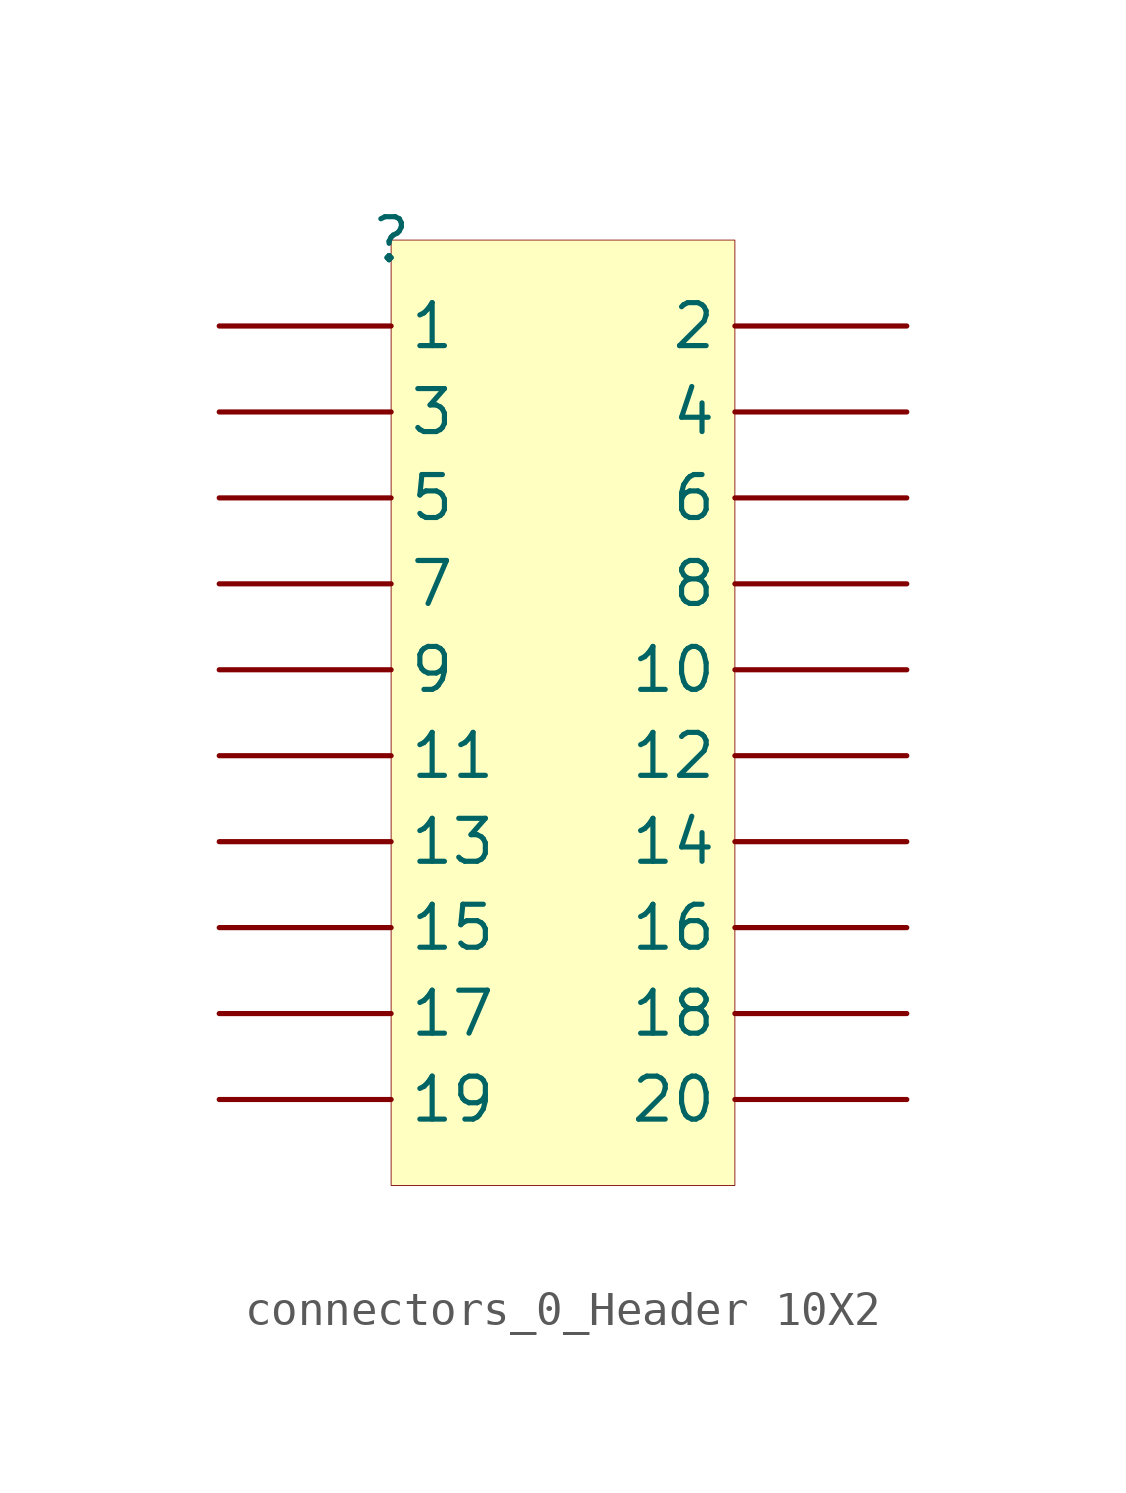
<source format=kicad_sym>
(kicad_symbol_lib
  (version 20231120)
  (generator "kicad_symbol_editor")
  (generator_version "7.99")
  (symbol "connectors_0_Header 10X2"
    (property "Reference" ""
      (at 0 0 0)
      (effects (font (size 1.27 1.27))))
    (property "Value" ""
      (at 0 0 0)
      (effects (font (size 1.27 1.27))))
    (symbol "connectors_0_Header 10X2_1_0"
      (rectangle (start 10.16 0) (end 0 -27.94) (stroke (width 0.025) (type solid) (color 128 0 0 1)) (fill (type background)))
      (pin passive line (at -5.08 -2.54 0) (length 5.08) (name "1" (effects (font (size 1.27 1.27)))) (number "1" (effects (font (size 0 0)))))
      (pin passive line (at 15.24 -12.7 180) (length 5.08) (name "10" (effects (font (size 1.27 1.27)))) (number "10" (effects (font (size 0 0)))))
      (pin passive line (at -5.08 -15.24 0) (length 5.08) (name "11" (effects (font (size 1.27 1.27)))) (number "11" (effects (font (size 0 0)))))
      (pin passive line (at 15.24 -15.24 180) (length 5.08) (name "12" (effects (font (size 1.27 1.27)))) (number "12" (effects (font (size 0 0)))))
      (pin passive line (at -5.08 -17.78 0) (length 5.08) (name "13" (effects (font (size 1.27 1.27)))) (number "13" (effects (font (size 0 0)))))
      (pin passive line (at 15.24 -17.78 180) (length 5.08) (name "14" (effects (font (size 1.27 1.27)))) (number "14" (effects (font (size 0 0)))))
      (pin passive line (at -5.08 -20.32 0) (length 5.08) (name "15" (effects (font (size 1.27 1.27)))) (number "15" (effects (font (size 0 0)))))
      (pin passive line (at 15.24 -20.32 180) (length 5.08) (name "16" (effects (font (size 1.27 1.27)))) (number "16" (effects (font (size 0 0)))))
      (pin passive line (at -5.08 -22.86 0) (length 5.08) (name "17" (effects (font (size 1.27 1.27)))) (number "17" (effects (font (size 0 0)))))
      (pin passive line (at 15.24 -22.86 180) (length 5.08) (name "18" (effects (font (size 1.27 1.27)))) (number "18" (effects (font (size 0 0)))))
      (pin passive line (at -5.08 -25.4 0) (length 5.08) (name "19" (effects (font (size 1.27 1.27)))) (number "19" (effects (font (size 0 0)))))
      (pin passive line (at 15.24 -2.54 180) (length 5.08) (name "2" (effects (font (size 1.27 1.27)))) (number "2" (effects (font (size 0 0)))))
      (pin passive line (at 15.24 -25.4 180) (length 5.08) (name "20" (effects (font (size 1.27 1.27)))) (number "20" (effects (font (size 0 0)))))
      (pin passive line (at -5.08 -5.08 0) (length 5.08) (name "3" (effects (font (size 1.27 1.27)))) (number "3" (effects (font (size 0 0)))))
      (pin passive line (at 15.24 -5.08 180) (length 5.08) (name "4" (effects (font (size 1.27 1.27)))) (number "4" (effects (font (size 0 0)))))
      (pin passive line (at -5.08 -7.62 0) (length 5.08) (name "5" (effects (font (size 1.27 1.27)))) (number "5" (effects (font (size 0 0)))))
      (pin passive line (at 15.24 -7.62 180) (length 5.08) (name "6" (effects (font (size 1.27 1.27)))) (number "6" (effects (font (size 0 0)))))
      (pin passive line (at -5.08 -10.16 0) (length 5.08) (name "7" (effects (font (size 1.27 1.27)))) (number "7" (effects (font (size 0 0)))))
      (pin passive line (at 15.24 -10.16 180) (length 5.08) (name "8" (effects (font (size 1.27 1.27)))) (number "8" (effects (font (size 0 0)))))
      (pin passive line (at -5.08 -12.7 0) (length 5.08) (name "9" (effects (font (size 1.27 1.27)))) (number "9" (effects (font (size 0 0))))))))
</source>
